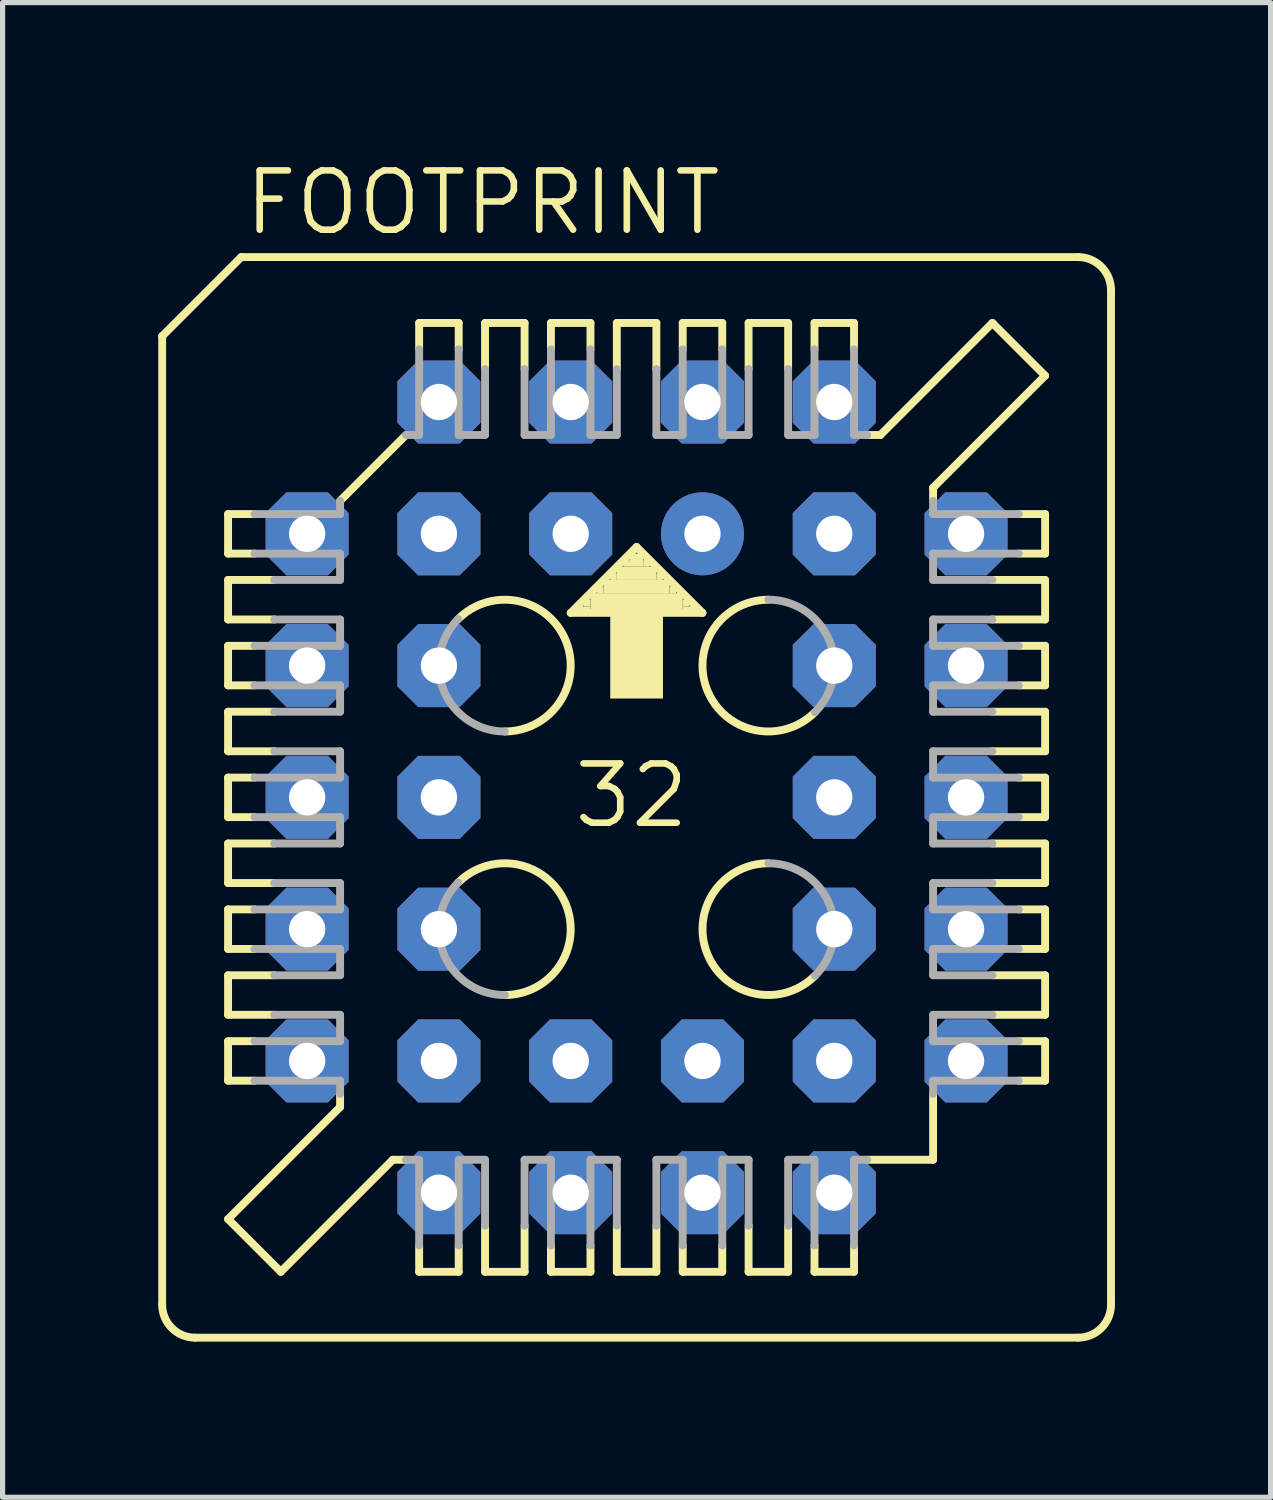
<source format=kicad_pcb>
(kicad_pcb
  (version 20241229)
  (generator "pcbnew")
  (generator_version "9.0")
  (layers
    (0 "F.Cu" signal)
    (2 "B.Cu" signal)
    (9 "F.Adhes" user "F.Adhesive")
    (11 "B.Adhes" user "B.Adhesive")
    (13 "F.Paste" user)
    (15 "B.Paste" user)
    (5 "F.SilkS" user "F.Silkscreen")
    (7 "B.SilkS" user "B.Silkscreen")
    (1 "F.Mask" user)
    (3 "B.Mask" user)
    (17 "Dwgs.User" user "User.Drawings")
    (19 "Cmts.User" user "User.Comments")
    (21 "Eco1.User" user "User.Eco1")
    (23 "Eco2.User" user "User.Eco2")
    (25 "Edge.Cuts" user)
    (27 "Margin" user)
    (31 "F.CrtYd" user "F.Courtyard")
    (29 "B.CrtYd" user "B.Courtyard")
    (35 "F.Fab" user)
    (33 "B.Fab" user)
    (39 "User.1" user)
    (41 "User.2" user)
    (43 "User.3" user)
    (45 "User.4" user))
  (footprint "FOOTPRINT"
    (layer "F.Cu")
    (at 9.22 12.319)
    (property "Reference" "FOOTPRINT" (at -7.62 -10.795 0) (layer "F.SilkS") (effects (font (size 1.143 1.143) (thickness 0.127)) (justify left bottom)))
    (fp_line (start -9.144 -8.89) (end -9.144 9.779) (stroke (width 0.152) (type solid)) (layer "F.SilkS"))
    (fp_line (start -7.874 -5.461) (end -7.366 -5.461) (stroke (width 0.152) (type solid)) (layer "F.SilkS"))
    (fp_line (start -7.874 -4.699) (end -7.874 -5.461) (stroke (width 0.152) (type solid)) (layer "F.SilkS"))
    (fp_line (start -7.874 -4.191) (end -6.985 -4.191) (stroke (width 0.152) (type solid)) (layer "F.SilkS"))
    (fp_line (start -7.874 -3.429) (end -7.874 -4.191) (stroke (width 0.152) (type solid)) (layer "F.SilkS"))
    (fp_line (start -7.874 -2.921) (end -7.366 -2.921) (stroke (width 0.152) (type solid)) (layer "F.SilkS"))
    (fp_line (start -7.874 -2.159) (end -7.874 -2.921) (stroke (width 0.152) (type solid)) (layer "F.SilkS"))
    (fp_line (start -7.874 -1.651) (end -6.985 -1.651) (stroke (width 0.152) (type solid)) (layer "F.SilkS"))
    (fp_line (start -7.874 -0.889) (end -7.874 -1.651) (stroke (width 0.152) (type solid)) (layer "F.SilkS"))
    (fp_line (start -7.874 -0.381) (end -7.366 -0.381) (stroke (width 0.152) (type solid)) (layer "F.SilkS"))
    (fp_line (start -7.874 0.381) (end -7.874 -0.381) (stroke (width 0.152) (type solid)) (layer "F.SilkS"))
    (fp_line (start -7.874 0.889) (end -6.985 0.889) (stroke (width 0.152) (type solid)) (layer "F.SilkS"))
    (fp_line (start -7.874 1.651) (end -7.874 0.889) (stroke (width 0.152) (type solid)) (layer "F.SilkS"))
    (fp_line (start -7.874 2.159) (end -7.366 2.159) (stroke (width 0.152) (type solid)) (layer "F.SilkS"))
    (fp_line (start -7.874 2.921) (end -7.874 2.159) (stroke (width 0.152) (type solid)) (layer "F.SilkS"))
    (fp_line (start -7.874 3.429) (end -6.985 3.429) (stroke (width 0.152) (type solid)) (layer "F.SilkS"))
    (fp_line (start -7.874 4.191) (end -7.874 3.429) (stroke (width 0.152) (type solid)) (layer "F.SilkS"))
    (fp_line (start -7.874 4.699) (end -7.366 4.699) (stroke (width 0.152) (type solid)) (layer "F.SilkS"))
    (fp_line (start -7.874 5.461) (end -7.874 4.699) (stroke (width 0.152) (type solid)) (layer "F.SilkS"))
    (fp_line (start -7.874 8.128) (end -5.715 5.969) (stroke (width 0.152) (type solid)) (layer "F.SilkS"))
    (fp_line (start -7.62 -10.414) (end -9.144 -8.89) (stroke (width 0.152) (type solid)) (layer "F.SilkS"))
    (fp_line (start -7.366 -4.699) (end -7.874 -4.699) (stroke (width 0.152) (type solid)) (layer "F.SilkS"))
    (fp_line (start -7.366 -2.159) (end -7.874 -2.159) (stroke (width 0.152) (type solid)) (layer "F.SilkS"))
    (fp_line (start -7.366 0.381) (end -7.874 0.381) (stroke (width 0.152) (type solid)) (layer "F.SilkS"))
    (fp_line (start -7.366 2.921) (end -7.874 2.921) (stroke (width 0.152) (type solid)) (layer "F.SilkS"))
    (fp_line (start -7.366 5.461) (end -7.874 5.461) (stroke (width 0.152) (type solid)) (layer "F.SilkS"))
    (fp_line (start -6.985 -3.429) (end -7.874 -3.429) (stroke (width 0.152) (type solid)) (layer "F.SilkS"))
    (fp_line (start -6.985 -0.889) (end -7.874 -0.889) (stroke (width 0.152) (type solid)) (layer "F.SilkS"))
    (fp_line (start -6.985 1.651) (end -7.874 1.651) (stroke (width 0.152) (type solid)) (layer "F.SilkS"))
    (fp_line (start -6.985 4.191) (end -7.874 4.191) (stroke (width 0.152) (type solid)) (layer "F.SilkS"))
    (fp_line (start -6.858 9.144) (end -7.874 8.128) (stroke (width 0.152) (type solid)) (layer "F.SilkS"))
    (fp_line (start -6.858 9.144) (end -4.699 6.985) (stroke (width 0.152) (type solid)) (layer "F.SilkS"))
    (fp_line (start -5.715 -5.715) (end -4.445 -6.985) (stroke (width 0.152) (type solid)) (layer "F.SilkS"))
    (fp_line (start -5.715 5.969) (end -5.715 5.715) (stroke (width 0.152) (type solid)) (layer "F.SilkS"))
    (fp_line (start -4.699 6.985) (end -4.445 6.985) (stroke (width 0.152) (type solid)) (layer "F.SilkS"))
    (fp_line (start -4.191 -9.144) (end -4.191 -8.636) (stroke (width 0.152) (type solid)) (layer "F.SilkS"))
    (fp_line (start -4.191 8.636) (end -4.191 9.144) (stroke (width 0.152) (type solid)) (layer "F.SilkS"))
    (fp_line (start -4.191 9.144) (end -3.429 9.144) (stroke (width 0.152) (type solid)) (layer "F.SilkS"))
    (fp_line (start -3.429 -9.144) (end -4.191 -9.144) (stroke (width 0.152) (type solid)) (layer "F.SilkS"))
    (fp_line (start -3.429 -8.636) (end -3.429 -9.144) (stroke (width 0.152) (type solid)) (layer "F.SilkS"))
    (fp_line (start -3.429 9.144) (end -3.429 8.636) (stroke (width 0.152) (type solid)) (layer "F.SilkS"))
    (fp_line (start -2.921 -9.144) (end -2.921 -8.255) (stroke (width 0.152) (type solid)) (layer "F.SilkS"))
    (fp_line (start -2.921 8.255) (end -2.921 9.144) (stroke (width 0.152) (type solid)) (layer "F.SilkS"))
    (fp_line (start -2.921 9.144) (end -2.159 9.144) (stroke (width 0.152) (type solid)) (layer "F.SilkS"))
    (fp_line (start -2.159 -9.144) (end -2.921 -9.144) (stroke (width 0.152) (type solid)) (layer "F.SilkS"))
    (fp_line (start -2.159 -8.255) (end -2.159 -9.144) (stroke (width 0.152) (type solid)) (layer "F.SilkS"))
    (fp_line (start -2.159 9.144) (end -2.159 8.255) (stroke (width 0.152) (type solid)) (layer "F.SilkS"))
    (fp_line (start -1.651 -9.144) (end -1.651 -8.636) (stroke (width 0.152) (type solid)) (layer "F.SilkS"))
    (fp_line (start -1.651 8.636) (end -1.651 9.144) (stroke (width 0.152) (type solid)) (layer "F.SilkS"))
    (fp_line (start -1.651 9.144) (end -0.889 9.144) (stroke (width 0.152) (type solid)) (layer "F.SilkS"))
    (fp_line (start -1.27 -3.556) (end 1.27 -3.556) (stroke (width 0.152) (type solid)) (layer "F.SilkS"))
    (fp_line (start -0.889 -9.144) (end -1.651 -9.144) (stroke (width 0.152) (type solid)) (layer "F.SilkS"))
    (fp_line (start -0.889 -8.636) (end -0.889 -9.144) (stroke (width 0.152) (type solid)) (layer "F.SilkS"))
    (fp_line (start -0.889 9.144) (end -0.889 8.636) (stroke (width 0.152) (type solid)) (layer "F.SilkS"))
    (fp_line (start -0.381 -9.144) (end -0.381 -8.255) (stroke (width 0.152) (type solid)) (layer "F.SilkS"))
    (fp_line (start -0.381 8.255) (end -0.381 9.144) (stroke (width 0.152) (type solid)) (layer "F.SilkS"))
    (fp_line (start -0.381 9.144) (end 0.381 9.144) (stroke (width 0.152) (type solid)) (layer "F.SilkS"))
    (fp_line (start 0 -4.826) (end -1.27 -3.556) (stroke (width 0.152) (type solid)) (layer "F.SilkS"))
    (fp_line (start 0.381 -9.144) (end -0.381 -9.144) (stroke (width 0.152) (type solid)) (layer "F.SilkS"))
    (fp_line (start 0.381 -8.255) (end 0.381 -9.144) (stroke (width 0.152) (type solid)) (layer "F.SilkS"))
    (fp_line (start 0.381 9.144) (end 0.381 8.255) (stroke (width 0.152) (type solid)) (layer "F.SilkS"))
    (fp_line (start 0.889 -9.144) (end 0.889 -8.636) (stroke (width 0.152) (type solid)) (layer "F.SilkS"))
    (fp_line (start 0.889 8.636) (end 0.889 9.144) (stroke (width 0.152) (type solid)) (layer "F.SilkS"))
    (fp_line (start 0.889 9.144) (end 1.651 9.144) (stroke (width 0.152) (type solid)) (layer "F.SilkS"))
    (fp_line (start 1.27 -3.556) (end 0 -4.826) (stroke (width 0.152) (type solid)) (layer "F.SilkS"))
    (fp_line (start 1.651 -9.144) (end 0.889 -9.144) (stroke (width 0.152) (type solid)) (layer "F.SilkS"))
    (fp_line (start 1.651 -8.636) (end 1.651 -9.144) (stroke (width 0.152) (type solid)) (layer "F.SilkS"))
    (fp_line (start 1.651 9.144) (end 1.651 8.636) (stroke (width 0.152) (type solid)) (layer "F.SilkS"))
    (fp_line (start 2.159 -9.144) (end 2.159 -8.255) (stroke (width 0.152) (type solid)) (layer "F.SilkS"))
    (fp_line (start 2.159 8.255) (end 2.159 9.144) (stroke (width 0.152) (type solid)) (layer "F.SilkS"))
    (fp_line (start 2.159 9.144) (end 2.921 9.144) (stroke (width 0.152) (type solid)) (layer "F.SilkS"))
    (fp_line (start 2.921 -9.144) (end 2.159 -9.144) (stroke (width 0.152) (type solid)) (layer "F.SilkS"))
    (fp_line (start 2.921 -8.255) (end 2.921 -9.144) (stroke (width 0.152) (type solid)) (layer "F.SilkS"))
    (fp_line (start 2.921 9.144) (end 2.921 8.255) (stroke (width 0.152) (type solid)) (layer "F.SilkS"))
    (fp_line (start 3.429 -9.144) (end 3.429 -8.636) (stroke (width 0.152) (type solid)) (layer "F.SilkS"))
    (fp_line (start 3.429 8.636) (end 3.429 9.144) (stroke (width 0.152) (type solid)) (layer "F.SilkS"))
    (fp_line (start 3.429 9.144) (end 4.191 9.144) (stroke (width 0.152) (type solid)) (layer "F.SilkS"))
    (fp_line (start 4.191 -9.144) (end 3.429 -9.144) (stroke (width 0.152) (type solid)) (layer "F.SilkS"))
    (fp_line (start 4.191 -8.636) (end 4.191 -9.144) (stroke (width 0.152) (type solid)) (layer "F.SilkS"))
    (fp_line (start 4.191 9.144) (end 4.191 8.636) (stroke (width 0.152) (type solid)) (layer "F.SilkS"))
    (fp_line (start 4.445 6.985) (end 5.715 6.985) (stroke (width 0.152) (type solid)) (layer "F.SilkS"))
    (fp_line (start 4.699 -6.985) (end 4.445 -6.985) (stroke (width 0.152) (type solid)) (layer "F.SilkS"))
    (fp_line (start 5.715 -5.969) (end 5.715 -5.715) (stroke (width 0.152) (type solid)) (layer "F.SilkS"))
    (fp_line (start 5.715 5.715) (end 5.715 6.985) (stroke (width 0.152) (type solid)) (layer "F.SilkS"))
    (fp_line (start 6.858 -9.144) (end 4.699 -6.985) (stroke (width 0.152) (type solid)) (layer "F.SilkS"))
    (fp_line (start 6.858 -4.191) (end 7.874 -4.191) (stroke (width 0.152) (type solid)) (layer "F.SilkS"))
    (fp_line (start 6.858 -1.651) (end 7.874 -1.651) (stroke (width 0.152) (type solid)) (layer "F.SilkS"))
    (fp_line (start 6.858 0.889) (end 7.874 0.889) (stroke (width 0.152) (type solid)) (layer "F.SilkS"))
    (fp_line (start 6.858 3.429) (end 7.874 3.429) (stroke (width 0.152) (type solid)) (layer "F.SilkS"))
    (fp_line (start 7.366 -5.461) (end 7.874 -5.461) (stroke (width 0.152) (type solid)) (layer "F.SilkS"))
    (fp_line (start 7.366 -2.921) (end 7.874 -2.921) (stroke (width 0.152) (type solid)) (layer "F.SilkS"))
    (fp_line (start 7.366 -0.381) (end 7.874 -0.381) (stroke (width 0.152) (type solid)) (layer "F.SilkS"))
    (fp_line (start 7.366 2.159) (end 7.874 2.159) (stroke (width 0.152) (type solid)) (layer "F.SilkS"))
    (fp_line (start 7.366 4.699) (end 7.874 4.699) (stroke (width 0.152) (type solid)) (layer "F.SilkS"))
    (fp_line (start 7.874 -8.128) (end 5.715 -5.969) (stroke (width 0.152) (type solid)) (layer "F.SilkS"))
    (fp_line (start 7.874 -8.128) (end 6.858 -9.144) (stroke (width 0.152) (type solid)) (layer "F.SilkS"))
    (fp_line (start 7.874 -5.461) (end 7.874 -4.699) (stroke (width 0.152) (type solid)) (layer "F.SilkS"))
    (fp_line (start 7.874 -4.699) (end 7.366 -4.699) (stroke (width 0.152) (type solid)) (layer "F.SilkS"))
    (fp_line (start 7.874 -4.191) (end 7.874 -3.429) (stroke (width 0.152) (type solid)) (layer "F.SilkS"))
    (fp_line (start 7.874 -3.429) (end 6.858 -3.429) (stroke (width 0.152) (type solid)) (layer "F.SilkS"))
    (fp_line (start 7.874 -2.921) (end 7.874 -2.159) (stroke (width 0.152) (type solid)) (layer "F.SilkS"))
    (fp_line (start 7.874 -2.159) (end 7.366 -2.159) (stroke (width 0.152) (type solid)) (layer "F.SilkS"))
    (fp_line (start 7.874 -1.651) (end 7.874 -0.889) (stroke (width 0.152) (type solid)) (layer "F.SilkS"))
    (fp_line (start 7.874 -0.889) (end 6.858 -0.889) (stroke (width 0.152) (type solid)) (layer "F.SilkS"))
    (fp_line (start 7.874 -0.381) (end 7.874 0.381) (stroke (width 0.152) (type solid)) (layer "F.SilkS"))
    (fp_line (start 7.874 0.381) (end 7.366 0.381) (stroke (width 0.152) (type solid)) (layer "F.SilkS"))
    (fp_line (start 7.874 0.889) (end 7.874 1.651) (stroke (width 0.152) (type solid)) (layer "F.SilkS"))
    (fp_line (start 7.874 1.651) (end 6.858 1.651) (stroke (width 0.152) (type solid)) (layer "F.SilkS"))
    (fp_line (start 7.874 2.159) (end 7.874 2.921) (stroke (width 0.152) (type solid)) (layer "F.SilkS"))
    (fp_line (start 7.874 2.921) (end 7.366 2.921) (stroke (width 0.152) (type solid)) (layer "F.SilkS"))
    (fp_line (start 7.874 3.429) (end 7.874 4.191) (stroke (width 0.152) (type solid)) (layer "F.SilkS"))
    (fp_line (start 7.874 4.191) (end 6.858 4.191) (stroke (width 0.152) (type solid)) (layer "F.SilkS"))
    (fp_line (start 7.874 4.699) (end 7.874 5.461) (stroke (width 0.152) (type solid)) (layer "F.SilkS"))
    (fp_line (start 7.874 5.461) (end 7.366 5.461) (stroke (width 0.152) (type solid)) (layer "F.SilkS"))
    (fp_line (start 8.509 -10.414) (end -7.62 -10.414) (stroke (width 0.152) (type solid)) (layer "F.SilkS"))
    (fp_line (start 8.509 10.414) (end -8.509 10.414) (stroke (width 0.152) (type solid)) (layer "F.SilkS"))
    (fp_line (start 9.144 9.779) (end 9.144 -9.779) (stroke (width 0.152) (type solid)) (layer "F.SilkS"))
    (fp_arc (start -8.509 10.414) (mid -8.958013 10.228013) (end -9.144 9.779) (stroke (width 0.1524) (type solid)) (layer "F.SilkS"))
    (fp_arc (start -3.438 -3.438) (mid -1.366643 -3.02591) (end -2.54 -1.2699) (stroke (width 0.1524) (type solid)) (layer "F.SilkS"))
    (fp_arc (start -3.438 1.642) (mid -1.36669 2.054028) (end -2.54 3.81) (stroke (width 0.1524) (type solid)) (layer "F.SilkS"))
    (fp_arc (start 3.437899 3.437898) (mid 1.366756 3.025829) (end 2.54 1.27) (stroke (width 0.1524) (type solid)) (layer "F.SilkS"))
    (fp_arc (start 3.438 -1.642) (mid 1.36669 -2.054028) (end 2.54 -3.81) (stroke (width 0.1524) (type solid)) (layer "F.SilkS"))
    (fp_arc (start 8.509 -10.414) (mid 8.958013 -10.228013) (end 9.144 -9.779) (stroke (width 0.1524) (type solid)) (layer "F.SilkS"))
    (fp_arc (start 9.144 9.779) (mid 8.958013 10.228013) (end 8.509 10.414) (stroke (width 0.1524) (type solid)) (layer "F.SilkS"))
    (fp_poly (pts (xy -1.143 -3.556) (xy -0.889 -3.556) (xy -0.889 -3.683) (xy -1.143 -3.683)) (stroke (width 0) (type solid)) (fill yes) (layer "F.SilkS"))
    (fp_poly (pts (xy -1.016 -3.683) (xy -0.889 -3.683) (xy -0.889 -3.81) (xy -1.016 -3.81)) (stroke (width 0) (type solid)) (fill yes) (layer "F.SilkS"))
    (fp_poly (pts (xy -0.889 -3.556) (xy 0.889 -3.556) (xy 0.889 -3.937) (xy -0.889 -3.937)) (stroke (width 0) (type solid)) (fill yes) (layer "F.SilkS"))
    (fp_poly (pts (xy -0.762 -3.937) (xy -0.635 -3.937) (xy -0.635 -4.064) (xy -0.762 -4.064)) (stroke (width 0) (type solid)) (fill yes) (layer "F.SilkS"))
    (fp_poly (pts (xy -0.635 -3.937) (xy 0.635 -3.937) (xy 0.635 -4.191) (xy -0.635 -4.191)) (stroke (width 0) (type solid)) (fill yes) (layer "F.SilkS"))
    (fp_poly (pts (xy -0.508 -4.191) (xy -0.381 -4.191) (xy -0.381 -4.318) (xy -0.508 -4.318)) (stroke (width 0) (type solid)) (fill yes) (layer "F.SilkS"))
    (fp_poly (pts (xy -0.508 -1.905) (xy 0.508 -1.905) (xy 0.508 -3.81) (xy -0.508 -3.81)) (stroke (width 0) (type solid)) (fill yes) (layer "F.SilkS"))
    (fp_poly (pts (xy -0.381 -4.191) (xy 0.381 -4.191) (xy 0.381 -4.445) (xy -0.381 -4.445)) (stroke (width 0) (type solid)) (fill yes) (layer "F.SilkS"))
    (fp_poly (pts (xy -0.254 -4.445) (xy -0.127 -4.445) (xy -0.127 -4.572) (xy -0.254 -4.572)) (stroke (width 0) (type solid)) (fill yes) (layer "F.SilkS"))
    (fp_poly (pts (xy -0.127 -4.445) (xy 0.127 -4.445) (xy 0.127 -4.699) (xy -0.127 -4.699)) (stroke (width 0) (type solid)) (fill yes) (layer "F.SilkS"))
    (fp_poly (pts (xy 0.127 -4.445) (xy 0.254 -4.445) (xy 0.254 -4.572) (xy 0.127 -4.572)) (stroke (width 0) (type solid)) (fill yes) (layer "F.SilkS"))
    (fp_poly (pts (xy 0.381 -4.191) (xy 0.508 -4.191) (xy 0.508 -4.318) (xy 0.381 -4.318)) (stroke (width 0) (type solid)) (fill yes) (layer "F.SilkS"))
    (fp_poly (pts (xy 0.635 -3.937) (xy 0.762 -3.937) (xy 0.762 -4.064) (xy 0.635 -4.064)) (stroke (width 0) (type solid)) (fill yes) (layer "F.SilkS"))
    (fp_poly (pts (xy 0.889 -3.683) (xy 1.016 -3.683) (xy 1.016 -3.81) (xy 0.889 -3.81)) (stroke (width 0) (type solid)) (fill yes) (layer "F.SilkS"))
    (fp_poly (pts (xy 0.889 -3.556) (xy 1.143 -3.556) (xy 1.143 -3.683) (xy 0.889 -3.683)) (stroke (width 0) (type solid)) (fill yes) (layer "F.SilkS"))
    (fp_line (start -7.366 -4.699) (end -5.715 -4.699) (stroke (width 0.152) (type solid)) (layer "F.Fab"))
    (fp_line (start -7.366 -2.159) (end -5.715 -2.159) (stroke (width 0.152) (type solid)) (layer "F.Fab"))
    (fp_line (start -7.366 0.381) (end -5.715 0.381) (stroke (width 0.152) (type solid)) (layer "F.Fab"))
    (fp_line (start -7.366 2.921) (end -5.715 2.921) (stroke (width 0.152) (type solid)) (layer "F.Fab"))
    (fp_line (start -7.366 5.461) (end -5.715 5.461) (stroke (width 0.152) (type solid)) (layer "F.Fab"))
    (fp_line (start -6.985 -3.429) (end -5.715 -3.429) (stroke (width 0.152) (type solid)) (layer "F.Fab"))
    (fp_line (start -6.985 -0.889) (end -5.715 -0.889) (stroke (width 0.152) (type solid)) (layer "F.Fab"))
    (fp_line (start -6.985 1.651) (end -5.715 1.651) (stroke (width 0.152) (type solid)) (layer "F.Fab"))
    (fp_line (start -6.985 4.191) (end -5.715 4.191) (stroke (width 0.152) (type solid)) (layer "F.Fab"))
    (fp_line (start -5.715 -5.461) (end -7.366 -5.461) (stroke (width 0.152) (type solid)) (layer "F.Fab"))
    (fp_line (start -5.715 -5.461) (end -5.715 -5.715) (stroke (width 0.152) (type solid)) (layer "F.Fab"))
    (fp_line (start -5.715 -4.191) (end -6.985 -4.191) (stroke (width 0.152) (type solid)) (layer "F.Fab"))
    (fp_line (start -5.715 -4.191) (end -5.715 -4.699) (stroke (width 0.152) (type solid)) (layer "F.Fab"))
    (fp_line (start -5.715 -2.921) (end -7.366 -2.921) (stroke (width 0.152) (type solid)) (layer "F.Fab"))
    (fp_line (start -5.715 -2.921) (end -5.715 -3.429) (stroke (width 0.152) (type solid)) (layer "F.Fab"))
    (fp_line (start -5.715 -1.651) (end -6.985 -1.651) (stroke (width 0.152) (type solid)) (layer "F.Fab"))
    (fp_line (start -5.715 -1.651) (end -5.715 -2.159) (stroke (width 0.152) (type solid)) (layer "F.Fab"))
    (fp_line (start -5.715 -0.381) (end -7.366 -0.381) (stroke (width 0.152) (type solid)) (layer "F.Fab"))
    (fp_line (start -5.715 -0.381) (end -5.715 -0.889) (stroke (width 0.152) (type solid)) (layer "F.Fab"))
    (fp_line (start -5.715 0.889) (end -6.985 0.889) (stroke (width 0.152) (type solid)) (layer "F.Fab"))
    (fp_line (start -5.715 0.889) (end -5.715 0.381) (stroke (width 0.152) (type solid)) (layer "F.Fab"))
    (fp_line (start -5.715 2.159) (end -7.366 2.159) (stroke (width 0.152) (type solid)) (layer "F.Fab"))
    (fp_line (start -5.715 2.159) (end -5.715 1.651) (stroke (width 0.152) (type solid)) (layer "F.Fab"))
    (fp_line (start -5.715 3.429) (end -6.985 3.429) (stroke (width 0.152) (type solid)) (layer "F.Fab"))
    (fp_line (start -5.715 3.429) (end -5.715 2.921) (stroke (width 0.152) (type solid)) (layer "F.Fab"))
    (fp_line (start -5.715 4.699) (end -7.366 4.699) (stroke (width 0.152) (type solid)) (layer "F.Fab"))
    (fp_line (start -5.715 4.699) (end -5.715 4.191) (stroke (width 0.152) (type solid)) (layer "F.Fab"))
    (fp_line (start -5.715 5.715) (end -5.715 5.461) (stroke (width 0.152) (type solid)) (layer "F.Fab"))
    (fp_line (start -4.191 -6.985) (end -4.445 -6.985) (stroke (width 0.152) (type solid)) (layer "F.Fab"))
    (fp_line (start -4.191 -6.985) (end -4.191 -8.636) (stroke (width 0.152) (type solid)) (layer "F.Fab"))
    (fp_line (start -4.191 6.985) (end -4.445 6.985) (stroke (width 0.152) (type solid)) (layer "F.Fab"))
    (fp_line (start -4.191 8.636) (end -4.191 6.985) (stroke (width 0.152) (type solid)) (layer "F.Fab"))
    (fp_line (start -3.429 -8.636) (end -3.429 -6.985) (stroke (width 0.152) (type solid)) (layer "F.Fab"))
    (fp_line (start -3.429 6.985) (end -3.429 8.636) (stroke (width 0.152) (type solid)) (layer "F.Fab"))
    (fp_line (start -3.429 6.985) (end -2.921 6.985) (stroke (width 0.152) (type solid)) (layer "F.Fab"))
    (fp_line (start -2.921 -6.985) (end -3.429 -6.985) (stroke (width 0.152) (type solid)) (layer "F.Fab"))
    (fp_line (start -2.921 -6.985) (end -2.921 -8.255) (stroke (width 0.152) (type solid)) (layer "F.Fab"))
    (fp_line (start -2.921 8.255) (end -2.921 6.985) (stroke (width 0.152) (type solid)) (layer "F.Fab"))
    (fp_line (start -2.159 -8.255) (end -2.159 -6.985) (stroke (width 0.152) (type solid)) (layer "F.Fab"))
    (fp_line (start -2.159 6.985) (end -2.159 8.255) (stroke (width 0.152) (type solid)) (layer "F.Fab"))
    (fp_line (start -2.159 6.985) (end -1.651 6.985) (stroke (width 0.152) (type solid)) (layer "F.Fab"))
    (fp_line (start -1.651 -6.985) (end -2.159 -6.985) (stroke (width 0.152) (type solid)) (layer "F.Fab"))
    (fp_line (start -1.651 -6.985) (end -1.651 -8.636) (stroke (width 0.152) (type solid)) (layer "F.Fab"))
    (fp_line (start -1.651 8.636) (end -1.651 6.985) (stroke (width 0.152) (type solid)) (layer "F.Fab"))
    (fp_line (start -0.889 -8.636) (end -0.889 -6.985) (stroke (width 0.152) (type solid)) (layer "F.Fab"))
    (fp_line (start -0.889 6.985) (end -0.889 8.636) (stroke (width 0.152) (type solid)) (layer "F.Fab"))
    (fp_line (start -0.889 6.985) (end -0.381 6.985) (stroke (width 0.152) (type solid)) (layer "F.Fab"))
    (fp_line (start -0.381 -6.985) (end -0.889 -6.985) (stroke (width 0.152) (type solid)) (layer "F.Fab"))
    (fp_line (start -0.381 -6.985) (end -0.381 -8.255) (stroke (width 0.152) (type solid)) (layer "F.Fab"))
    (fp_line (start -0.381 8.255) (end -0.381 6.985) (stroke (width 0.152) (type solid)) (layer "F.Fab"))
    (fp_line (start 0.381 -8.255) (end 0.381 -6.985) (stroke (width 0.152) (type solid)) (layer "F.Fab"))
    (fp_line (start 0.381 6.985) (end 0.381 8.255) (stroke (width 0.152) (type solid)) (layer "F.Fab"))
    (fp_line (start 0.381 6.985) (end 0.889 6.985) (stroke (width 0.152) (type solid)) (layer "F.Fab"))
    (fp_line (start 0.889 -6.985) (end 0.381 -6.985) (stroke (width 0.152) (type solid)) (layer "F.Fab"))
    (fp_line (start 0.889 -6.985) (end 0.889 -8.636) (stroke (width 0.152) (type solid)) (layer "F.Fab"))
    (fp_line (start 0.889 8.636) (end 0.889 6.985) (stroke (width 0.152) (type solid)) (layer "F.Fab"))
    (fp_line (start 1.651 -8.636) (end 1.651 -6.985) (stroke (width 0.152) (type solid)) (layer "F.Fab"))
    (fp_line (start 1.651 6.985) (end 1.651 8.636) (stroke (width 0.152) (type solid)) (layer "F.Fab"))
    (fp_line (start 1.651 6.985) (end 2.159 6.985) (stroke (width 0.152) (type solid)) (layer "F.Fab"))
    (fp_line (start 2.159 -6.985) (end 1.651 -6.985) (stroke (width 0.152) (type solid)) (layer "F.Fab"))
    (fp_line (start 2.159 -6.985) (end 2.159 -8.255) (stroke (width 0.152) (type solid)) (layer "F.Fab"))
    (fp_line (start 2.159 8.255) (end 2.159 6.985) (stroke (width 0.152) (type solid)) (layer "F.Fab"))
    (fp_line (start 2.921 -8.255) (end 2.921 -6.985) (stroke (width 0.152) (type solid)) (layer "F.Fab"))
    (fp_line (start 2.921 6.985) (end 2.921 8.255) (stroke (width 0.152) (type solid)) (layer "F.Fab"))
    (fp_line (start 2.921 6.985) (end 3.429 6.985) (stroke (width 0.152) (type solid)) (layer "F.Fab"))
    (fp_line (start 3.429 -6.985) (end 2.921 -6.985) (stroke (width 0.152) (type solid)) (layer "F.Fab"))
    (fp_line (start 3.429 -6.985) (end 3.429 -8.636) (stroke (width 0.152) (type solid)) (layer "F.Fab"))
    (fp_line (start 3.429 8.636) (end 3.429 6.985) (stroke (width 0.152) (type solid)) (layer "F.Fab"))
    (fp_line (start 4.191 -8.636) (end 4.191 -6.985) (stroke (width 0.152) (type solid)) (layer "F.Fab"))
    (fp_line (start 4.191 -6.985) (end 4.445 -6.985) (stroke (width 0.152) (type solid)) (layer "F.Fab"))
    (fp_line (start 4.191 6.985) (end 4.191 8.636) (stroke (width 0.152) (type solid)) (layer "F.Fab"))
    (fp_line (start 4.445 6.985) (end 4.191 6.985) (stroke (width 0.152) (type solid)) (layer "F.Fab"))
    (fp_line (start 5.715 -5.461) (end 5.715 -5.715) (stroke (width 0.152) (type solid)) (layer "F.Fab"))
    (fp_line (start 5.715 -4.699) (end 5.715 -4.191) (stroke (width 0.152) (type solid)) (layer "F.Fab"))
    (fp_line (start 5.715 -4.699) (end 7.366 -4.699) (stroke (width 0.152) (type solid)) (layer "F.Fab"))
    (fp_line (start 5.715 -3.429) (end 5.715 -2.921) (stroke (width 0.152) (type solid)) (layer "F.Fab"))
    (fp_line (start 5.715 -3.429) (end 6.858 -3.429) (stroke (width 0.152) (type solid)) (layer "F.Fab"))
    (fp_line (start 5.715 -2.159) (end 5.715 -1.651) (stroke (width 0.152) (type solid)) (layer "F.Fab"))
    (fp_line (start 5.715 -2.159) (end 7.366 -2.159) (stroke (width 0.152) (type solid)) (layer "F.Fab"))
    (fp_line (start 5.715 -0.889) (end 5.715 -0.381) (stroke (width 0.152) (type solid)) (layer "F.Fab"))
    (fp_line (start 5.715 -0.889) (end 6.858 -0.889) (stroke (width 0.152) (type solid)) (layer "F.Fab"))
    (fp_line (start 5.715 0.381) (end 5.715 0.889) (stroke (width 0.152) (type solid)) (layer "F.Fab"))
    (fp_line (start 5.715 0.381) (end 7.366 0.381) (stroke (width 0.152) (type solid)) (layer "F.Fab"))
    (fp_line (start 5.715 1.651) (end 5.715 2.159) (stroke (width 0.152) (type solid)) (layer "F.Fab"))
    (fp_line (start 5.715 1.651) (end 6.858 1.651) (stroke (width 0.152) (type solid)) (layer "F.Fab"))
    (fp_line (start 5.715 2.921) (end 5.715 3.429) (stroke (width 0.152) (type solid)) (layer "F.Fab"))
    (fp_line (start 5.715 2.921) (end 7.366 2.921) (stroke (width 0.152) (type solid)) (layer "F.Fab"))
    (fp_line (start 5.715 4.191) (end 5.715 4.699) (stroke (width 0.152) (type solid)) (layer "F.Fab"))
    (fp_line (start 5.715 4.191) (end 6.858 4.191) (stroke (width 0.152) (type solid)) (layer "F.Fab"))
    (fp_line (start 5.715 5.461) (end 7.366 5.461) (stroke (width 0.152) (type solid)) (layer "F.Fab"))
    (fp_line (start 5.715 5.715) (end 5.715 5.461) (stroke (width 0.152) (type solid)) (layer "F.Fab"))
    (fp_line (start 6.858 -4.191) (end 5.715 -4.191) (stroke (width 0.152) (type solid)) (layer "F.Fab"))
    (fp_line (start 6.858 -1.651) (end 5.715 -1.651) (stroke (width 0.152) (type solid)) (layer "F.Fab"))
    (fp_line (start 6.858 0.889) (end 5.715 0.889) (stroke (width 0.152) (type solid)) (layer "F.Fab"))
    (fp_line (start 6.858 3.429) (end 5.715 3.429) (stroke (width 0.152) (type solid)) (layer "F.Fab"))
    (fp_line (start 7.366 -5.461) (end 5.715 -5.461) (stroke (width 0.152) (type solid)) (layer "F.Fab"))
    (fp_line (start 7.366 -2.921) (end 5.715 -2.921) (stroke (width 0.152) (type solid)) (layer "F.Fab"))
    (fp_line (start 7.366 -0.381) (end 5.715 -0.381) (stroke (width 0.152) (type solid)) (layer "F.Fab"))
    (fp_line (start 7.366 2.159) (end 5.715 2.159) (stroke (width 0.152) (type solid)) (layer "F.Fab"))
    (fp_line (start 7.366 4.699) (end 5.715 4.699) (stroke (width 0.152) (type solid)) (layer "F.Fab"))
    (fp_arc (start -3.81 -2.54) (mid -3.71331 -3.025997) (end -3.437999 -3.438) (stroke (width 0.1524) (type solid)) (layer "F.Fab"))
    (fp_arc (start -3.81 2.54) (mid -3.71331 2.054002) (end -3.438 1.641999) (stroke (width 0.1524) (type solid)) (layer "F.Fab"))
    (fp_arc (start -2.54 -1.27) (mid -3.438026 -1.641974) (end -3.81 -2.54) (stroke (width 0.1524) (type solid)) (layer "F.Fab"))
    (fp_arc (start -2.54 3.81) (mid -3.438026 3.438026) (end -3.81 2.54) (stroke (width 0.1524) (type solid)) (layer "F.Fab"))
    (fp_arc (start 2.54 -3.81) (mid 3.438026 -3.438026) (end 3.81 -2.54) (stroke (width 0.1524) (type solid)) (layer "F.Fab"))
    (fp_arc (start 2.54 1.27) (mid 3.438026 1.641974) (end 3.81 2.54) (stroke (width 0.1524) (type solid)) (layer "F.Fab"))
    (fp_arc (start 3.81 -2.540001) (mid 3.713311 -2.054003) (end 3.438 -1.642) (stroke (width 0.1524) (type solid)) (layer "F.Fab"))
    (fp_arc (start 3.81 2.539999) (mid 3.71331 3.025997) (end 3.438 3.438) (stroke (width 0.1524) (type solid)) (layer "F.Fab"))
    (fp_text user "32" (at -1.27 0.635 0) (layer "F.SilkS") (effects (font (size 1.143 1.143) (thickness 0.127)) (justify left bottom)))
    (pad "1" thru_hole circle (at 1.27 -5.08) (size 1.6 1.6) (drill 0.7) (layers "*.Cu" "*.Mask"))
    (pad "2" thru_hole roundrect (at -1.27 -7.62) (size 1.6 1.6) (drill 0.7) (layers "*.Cu" "*.Mask") (roundrect_rratio 0.25) (chamfer_ratio 0.25) (chamfer top_left top_right bottom_left bottom_right))
    (pad "3" thru_hole roundrect (at -1.27 -5.08) (size 1.6 1.6) (drill 0.7) (layers "*.Cu" "*.Mask") (roundrect_rratio 0.25) (chamfer_ratio 0.25) (chamfer top_left top_right bottom_left bottom_right))
    (pad "4" thru_hole roundrect (at -3.81 -7.62) (size 1.6 1.6) (drill 0.7) (layers "*.Cu" "*.Mask") (roundrect_rratio 0.25) (chamfer_ratio 0.25) (chamfer top_left top_right bottom_left bottom_right))
    (pad "5" thru_hole roundrect (at -6.35 -5.08) (size 1.6 1.6) (drill 0.7) (layers "*.Cu" "*.Mask") (roundrect_rratio 0.25) (chamfer_ratio 0.25) (chamfer top_left top_right bottom_left bottom_right))
    (pad "6" thru_hole roundrect (at -3.81 -5.08) (size 1.6 1.6) (drill 0.7) (layers "*.Cu" "*.Mask") (roundrect_rratio 0.25) (chamfer_ratio 0.25) (chamfer top_left top_right bottom_left bottom_right))
    (pad "7" thru_hole roundrect (at -6.35 -2.54) (size 1.6 1.6) (drill 0.7) (layers "*.Cu" "*.Mask") (roundrect_rratio 0.25) (chamfer_ratio 0.25) (chamfer top_left top_right bottom_left bottom_right))
    (pad "8" thru_hole roundrect (at -3.81 -2.54) (size 1.6 1.6) (drill 0.7) (layers "*.Cu" "*.Mask") (roundrect_rratio 0.25) (chamfer_ratio 0.25) (chamfer top_left top_right bottom_left bottom_right))
    (pad "9" thru_hole roundrect (at -6.35 0) (size 1.6 1.6) (drill 0.7) (layers "*.Cu" "*.Mask") (roundrect_rratio 0.25) (chamfer_ratio 0.25) (chamfer top_left top_right bottom_left bottom_right))
    (pad "10" thru_hole roundrect (at -3.81 0) (size 1.6 1.6) (drill 0.7) (layers "*.Cu" "*.Mask") (roundrect_rratio 0.25) (chamfer_ratio 0.25) (chamfer top_left top_right bottom_left bottom_right))
    (pad "11" thru_hole roundrect (at -6.35 2.54) (size 1.6 1.6) (drill 0.7) (layers "*.Cu" "*.Mask") (roundrect_rratio 0.25) (chamfer_ratio 0.25) (chamfer top_left top_right bottom_left bottom_right))
    (pad "12" thru_hole roundrect (at -3.81 2.54) (size 1.6 1.6) (drill 0.7) (layers "*.Cu" "*.Mask") (roundrect_rratio 0.25) (chamfer_ratio 0.25) (chamfer top_left top_right bottom_left bottom_right))
    (pad "13" thru_hole roundrect (at -6.35 5.08) (size 1.6 1.6) (drill 0.7) (layers "*.Cu" "*.Mask") (roundrect_rratio 0.25) (chamfer_ratio 0.25) (chamfer top_left top_right bottom_left bottom_right))
    (pad "14" thru_hole roundrect (at -3.81 7.62) (size 1.6 1.6) (drill 0.7) (layers "*.Cu" "*.Mask") (roundrect_rratio 0.25) (chamfer_ratio 0.25) (chamfer top_left top_right bottom_left bottom_right))
    (pad "15" thru_hole roundrect (at -3.81 5.08) (size 1.6 1.6) (drill 0.7) (layers "*.Cu" "*.Mask") (roundrect_rratio 0.25) (chamfer_ratio 0.25) (chamfer top_left top_right bottom_left bottom_right))
    (pad "16" thru_hole roundrect (at -1.27 7.62) (size 1.6 1.6) (drill 0.7) (layers "*.Cu" "*.Mask") (roundrect_rratio 0.25) (chamfer_ratio 0.25) (chamfer top_left top_right bottom_left bottom_right))
    (pad "17" thru_hole roundrect (at -1.27 5.08) (size 1.6 1.6) (drill 0.7) (layers "*.Cu" "*.Mask") (roundrect_rratio 0.25) (chamfer_ratio 0.25) (chamfer top_left top_right bottom_left bottom_right))
    (pad "18" thru_hole roundrect (at 1.27 7.62) (size 1.6 1.6) (drill 0.7) (layers "*.Cu" "*.Mask") (roundrect_rratio 0.25) (chamfer_ratio 0.25) (chamfer top_left top_right bottom_left bottom_right))
    (pad "19" thru_hole roundrect (at 1.27 5.08) (size 1.6 1.6) (drill 0.7) (layers "*.Cu" "*.Mask") (roundrect_rratio 0.25) (chamfer_ratio 0.25) (chamfer top_left top_right bottom_left bottom_right))
    (pad "20" thru_hole roundrect (at 3.81 7.62) (size 1.6 1.6) (drill 0.7) (layers "*.Cu" "*.Mask") (roundrect_rratio 0.25) (chamfer_ratio 0.25) (chamfer top_left top_right bottom_left bottom_right))
    (pad "21" thru_hole roundrect (at 6.35 5.08) (size 1.6 1.6) (drill 0.7) (layers "*.Cu" "*.Mask") (roundrect_rratio 0.25) (chamfer_ratio 0.25) (chamfer top_left top_right bottom_left bottom_right))
    (pad "22" thru_hole roundrect (at 3.81 5.08) (size 1.6 1.6) (drill 0.7) (layers "*.Cu" "*.Mask") (roundrect_rratio 0.25) (chamfer_ratio 0.25) (chamfer top_left top_right bottom_left bottom_right))
    (pad "23" thru_hole roundrect (at 6.35 2.54) (size 1.6 1.6) (drill 0.7) (layers "*.Cu" "*.Mask") (roundrect_rratio 0.25) (chamfer_ratio 0.25) (chamfer top_left top_right bottom_left bottom_right))
    (pad "24" thru_hole roundrect (at 3.81 2.54) (size 1.6 1.6) (drill 0.7) (layers "*.Cu" "*.Mask") (roundrect_rratio 0.25) (chamfer_ratio 0.25) (chamfer top_left top_right bottom_left bottom_right))
    (pad "25" thru_hole roundrect (at 6.35 0) (size 1.6 1.6) (drill 0.7) (layers "*.Cu" "*.Mask") (roundrect_rratio 0.25) (chamfer_ratio 0.25) (chamfer top_left top_right bottom_left bottom_right))
    (pad "26" thru_hole roundrect (at 3.81 0) (size 1.6 1.6) (drill 0.7) (layers "*.Cu" "*.Mask") (roundrect_rratio 0.25) (chamfer_ratio 0.25) (chamfer top_left top_right bottom_left bottom_right))
    (pad "27" thru_hole roundrect (at 6.35 -2.54) (size 1.6 1.6) (drill 0.7) (layers "*.Cu" "*.Mask") (roundrect_rratio 0.25) (chamfer_ratio 0.25) (chamfer top_left top_right bottom_left bottom_right))
    (pad "28" thru_hole roundrect (at 3.81 -2.54) (size 1.6 1.6) (drill 0.7) (layers "*.Cu" "*.Mask") (roundrect_rratio 0.25) (chamfer_ratio 0.25) (chamfer top_left top_right bottom_left bottom_right))
    (pad "29" thru_hole roundrect (at 6.35 -5.08) (size 1.6 1.6) (drill 0.7) (layers "*.Cu" "*.Mask") (roundrect_rratio 0.25) (chamfer_ratio 0.25) (chamfer top_left top_right bottom_left bottom_right))
    (pad "30" thru_hole roundrect (at 3.81 -7.62) (size 1.6 1.6) (drill 0.7) (layers "*.Cu" "*.Mask") (roundrect_rratio 0.25) (chamfer_ratio 0.25) (chamfer top_left top_right bottom_left bottom_right))
    (pad "31" thru_hole roundrect (at 3.81 -5.08) (size 1.6 1.6) (drill 0.7) (layers "*.Cu" "*.Mask") (roundrect_rratio 0.25) (chamfer_ratio 0.25) (chamfer top_left top_right bottom_left bottom_right))
    (pad "32" thru_hole roundrect (at 1.27 -7.62) (size 1.6 1.6) (drill 0.7) (layers "*.Cu" "*.Mask") (roundrect_rratio 0.25) (chamfer_ratio 0.25) (chamfer top_left top_right bottom_left bottom_right)))
  (gr_rect
    (start -3 -3)
    (end 21.44 25.809)
    (stroke (width 0.1) (type default))
    (fill no)
    (layer "Edge.Cuts")))
</source>
